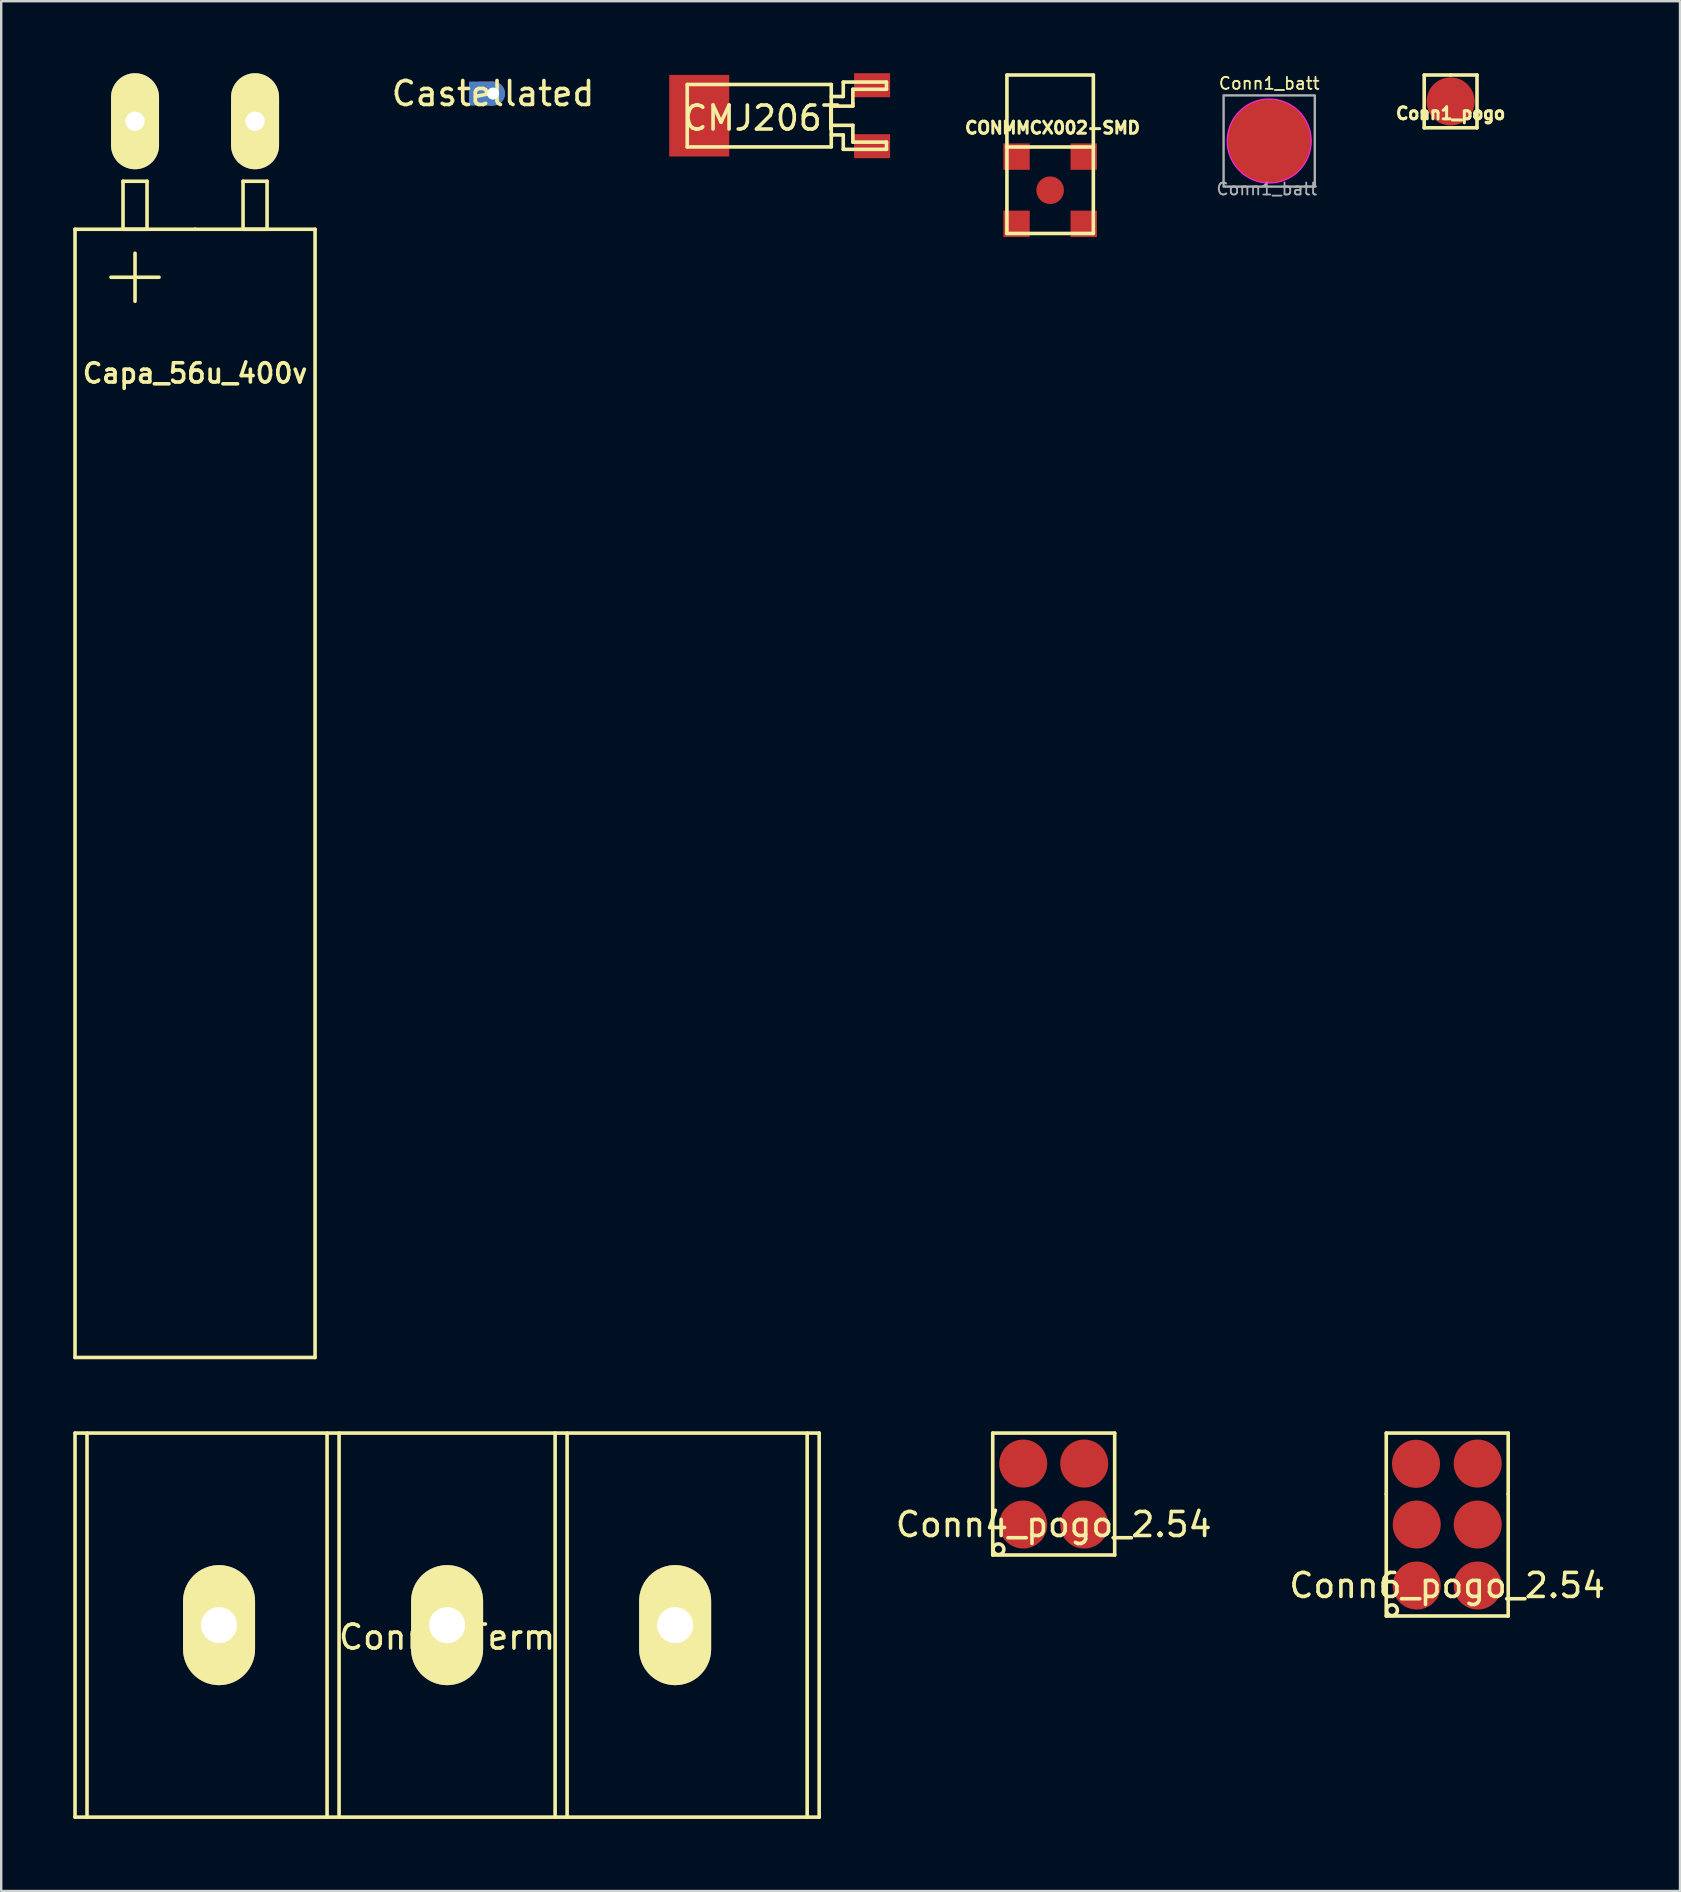
<source format=kicad_pcb>
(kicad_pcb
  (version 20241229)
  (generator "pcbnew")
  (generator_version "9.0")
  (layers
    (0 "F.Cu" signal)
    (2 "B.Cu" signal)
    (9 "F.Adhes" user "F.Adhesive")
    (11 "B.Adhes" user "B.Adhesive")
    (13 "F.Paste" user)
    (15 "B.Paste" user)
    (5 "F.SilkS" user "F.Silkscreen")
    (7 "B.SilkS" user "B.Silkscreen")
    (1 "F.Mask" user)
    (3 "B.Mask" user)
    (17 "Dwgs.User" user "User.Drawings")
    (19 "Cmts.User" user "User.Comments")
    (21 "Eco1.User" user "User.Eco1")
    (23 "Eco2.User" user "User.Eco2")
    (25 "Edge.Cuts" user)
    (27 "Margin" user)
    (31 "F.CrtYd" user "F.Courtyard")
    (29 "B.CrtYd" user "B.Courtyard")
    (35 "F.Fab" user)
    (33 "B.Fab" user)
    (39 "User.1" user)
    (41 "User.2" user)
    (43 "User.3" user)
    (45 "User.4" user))
  (footprint "Conn4_pogo_2.54"
    (layer "F.Cu")
    (at 40.846 59.19)
    (property "Reference" "Conn4_pogo_2.54" (at 0 1.27 0) (layer "F.SilkS") (effects (font (size 1 1) (thickness 0.15))))
    (attr through_hole)
    (fp_line (start -2.54 -2.54) (end -2.54 2.54) (stroke (width 0.15) (type solid)) (layer "F.SilkS"))
    (fp_line (start -2.54 2.54) (end 2.54 2.54) (stroke (width 0.15) (type solid)) (layer "F.SilkS"))
    (fp_line (start 2.54 -2.54) (end -2.54 -2.54) (stroke (width 0.15) (type solid)) (layer "F.SilkS"))
    (fp_line (start 2.54 2.54) (end 2.54 -2.54) (stroke (width 0.15) (type solid)) (layer "F.SilkS"))
    (fp_circle (center -2.3 2.3) (end -2.2 2.5) (stroke (width 0.15) (type solid)) (fill no) (layer "F.SilkS"))
    (pad "1" smd circle (at -1.27 1.27) (size 2 2) (layers "F.Cu" "F.Mask"))
    (pad "2" smd circle (at 1.27 1.27) (size 2 2) (layers "F.Cu" "F.Mask"))
    (pad "3" smd circle (at 1.27 -1.27) (size 2 2) (layers "F.Cu" "F.Mask"))
    (pad "4" smd circle (at -1.27 -1.27) (size 2 2) (layers "F.Cu" "F.Mask")))
  (footprint "Conn1_pogo"
    (layer "F.Cu")
    (at 57.38 1.175)
    (property "Reference" "Conn1_pogo" (at 0 0.5 0) (layer "F.SilkS") (effects (font (size 0.5 0.5) (thickness 0.125))))
    (attr through_hole)
    (fp_line (start -1.1 -1.1) (end -1.1 1.1) (stroke (width 0.15) (type solid)) (layer "F.SilkS"))
    (fp_line (start -1.1 1.1) (end 1.1 1.1) (stroke (width 0.15) (type solid)) (layer "F.SilkS"))
    (fp_line (start 0 -1.1) (end -1.1 -1.1) (stroke (width 0.15) (type solid)) (layer "F.SilkS"))
    (fp_line (start 1.1 -1.1) (end 0 -1.1) (stroke (width 0.15) (type solid)) (layer "F.SilkS"))
    (fp_line (start 1.1 1.1) (end 1.1 -1.1) (stroke (width 0.15) (type solid)) (layer "F.SilkS"))
    (pad "1" smd circle (at 0 0) (size 2 2) (layers "F.Cu" "F.Mask")))
  (footprint "CMJ206T"
    (layer "F.Cu")
    (at 27.679 1.77)
    (property "Reference" "CMJ206T" (at 1 0.1 0) (layer "F.SilkS") (effects (font (size 1 1) (thickness 0.15))))
    (attr through_hole)
    (fp_line (start -2.1 -1.3) (end -2.1 1.3) (stroke (width 0.15) (type solid)) (layer "F.SilkS"))
    (fp_line (start -2.1 1.3) (end 3.9 1.3) (stroke (width 0.15) (type solid)) (layer "F.SilkS"))
    (fp_line (start 3.9 -1.3) (end -2.1 -1.3) (stroke (width 0.15) (type solid)) (layer "F.SilkS"))
    (fp_line (start 3.9 -0.8) (end 4.4 -0.8) (stroke (width 0.15) (type solid)) (layer "F.SilkS"))
    (fp_line (start 3.9 0.4) (end 4.8 0.4) (stroke (width 0.15) (type solid)) (layer "F.SilkS"))
    (fp_line (start 3.9 1.3) (end 3.9 -1.3) (stroke (width 0.15) (type solid)) (layer "F.SilkS"))
    (fp_line (start 4.4 -1.4) (end 6.2 -1.4) (stroke (width 0.15) (type solid)) (layer "F.SilkS"))
    (fp_line (start 4.4 -0.8) (end 4.4 -1.4) (stroke (width 0.15) (type solid)) (layer "F.SilkS"))
    (fp_line (start 4.4 0.8) (end 3.9 0.8) (stroke (width 0.15) (type solid)) (layer "F.SilkS"))
    (fp_line (start 4.4 1.4) (end 4.4 0.8) (stroke (width 0.15) (type solid)) (layer "F.SilkS"))
    (fp_line (start 4.8 -1.1) (end 4.8 -0.5) (stroke (width 0.15) (type solid)) (layer "F.SilkS"))
    (fp_line (start 4.8 -0.5) (end 4.8 -0.4) (stroke (width 0.15) (type solid)) (layer "F.SilkS"))
    (fp_line (start 4.8 -0.4) (end 3.9 -0.4) (stroke (width 0.15) (type solid)) (layer "F.SilkS"))
    (fp_line (start 4.8 0.4) (end 4.8 1.1) (stroke (width 0.15) (type solid)) (layer "F.SilkS"))
    (fp_line (start 4.8 1.1) (end 6.2 1.1) (stroke (width 0.15) (type solid)) (layer "F.SilkS"))
    (fp_line (start 6.2 -1.4) (end 6.2 -1.1) (stroke (width 0.15) (type solid)) (layer "F.SilkS"))
    (fp_line (start 6.2 -1.1) (end 4.8 -1.1) (stroke (width 0.15) (type solid)) (layer "F.SilkS"))
    (fp_line (start 6.2 1.1) (end 6.2 1.4) (stroke (width 0.15) (type solid)) (layer "F.SilkS"))
    (fp_line (start 6.2 1.4) (end 4.4 1.4) (stroke (width 0.15) (type solid)) (layer "F.SilkS"))
    (pad "1" smd rect (at 5.6 1.27) (size 1.5 1) (layers "F.Cu" "F.Mask" "F.Paste"))
    (pad "2" smd rect (at 5.6 -1.27) (size 1.5 1) (layers "F.Cu" "F.Mask" "F.Paste"))
    (pad "3" smd rect (at -1.6 0) (size 2.5 3.4) (layers "F.Cu" "F.Mask" "F.Paste")))
  (footprint "CONMMCX002-SMD"
    (layer "F.Cu")
    (at 40.697 4.875)
    (property "Reference" "CONMMCX002-SMD" (at 0.1 -2.6 0) (layer "F.SilkS") (effects (font (size 0.5 0.5) (thickness 0.125))))
    (attr through_hole)
    (fp_line (start -1.8 -4.8) (end -1.8 -1.8) (stroke (width 0.15) (type solid)) (layer "F.SilkS"))
    (fp_line (start -1.8 -1.8) (end 1.8 -1.8) (stroke (width 0.15) (type solid)) (layer "F.SilkS"))
    (fp_line (start -1.8 1.8) (end -1.8 -1.8) (stroke (width 0.15) (type solid)) (layer "F.SilkS"))
    (fp_line (start 1.8 -4.8) (end -1.8 -4.8) (stroke (width 0.15) (type solid)) (layer "F.SilkS"))
    (fp_line (start 1.8 -1.8) (end 1.8 -4.8) (stroke (width 0.15) (type solid)) (layer "F.SilkS"))
    (fp_line (start 1.8 -1.8) (end 1.8 1.8) (stroke (width 0.15) (type solid)) (layer "F.SilkS"))
    (fp_line (start 1.8 1.8) (end -1.8 1.8) (stroke (width 0.15) (type solid)) (layer "F.SilkS"))
    (pad "1" smd circle (at 0 0) (size 1.15 1.15) (layers "F.Cu" "F.Mask" "F.Paste"))
    (pad "2" smd rect (at -1.4 -1.4) (size 1.1 1.1) (layers "F.Cu" "F.Mask" "F.Paste"))
    (pad "2" smd rect (at 1.4 -1.4) (size 1.1 1.1) (layers "F.Cu" "F.Mask" "F.Paste"))
    (pad "3" smd rect (at -1.4 1.4) (size 1.1 1.1) (layers "F.Cu" "F.Mask" "F.Paste"))
    (pad "3" smd rect (at 1.4 1.4) (size 1.1 1.1) (layers "F.Cu" "F.Mask" "F.Paste")))
  (footprint "Castellated"
    (layer "F.Cu")
    (at 17.489 0.848)
    (property "Reference" "Castellated" (at 0 0 0) (layer "F.SilkS") (effects (font (size 1 1) (thickness 0.15))))
    (attr through_hole)
    (pad "1" smd rect (at -0.5 0) (size 1 1) (layers "B.Cu" "B.Mask"))
    (pad "1" smd rect (at -0.3 0) (size 0.6 1) (layers "F.Cu" "F.Mask"))
    (pad "1" thru_hole circle (at 0 0) (size 1 1) (drill 0.5) (layers "*.Cu" "*.Mask")))
  (footprint "Conn1_batt"
    (layer "F.Cu")
    (at 49.823 2.824)
    (property "Reference" "Conn1_batt" (at 0 -2.4 0) (layer "F.SilkS") (effects (font (size 0.5 0.5) (thickness 0.075))))
    (attr through_hole)
    (fp_circle (center 0 0) (end 1.75 0) (stroke (width 0.05) (type solid)) (fill no) (layer "F.CrtYd"))
    (fp_rect (start -1.9 -1.9) (end 1.9 1.9) (stroke (width 0.1) (type solid)) (fill no) (layer "F.Fab"))
    (fp_text user "${REFERENCE}" (at -0.1 2 0) (layer "F.Fab") (effects (font (size 0.5 0.5) (thickness 0.075))))
    (pad "1" smd circle (at 0 0) (size 3.5 3.5) (layers "F.Cu" "F.Mask")))
  (footprint "Conn6_pogo_2.54"
    (layer "F.Cu")
    (at 57.239 61.73)
    (property "Reference" "Conn6_pogo_2.54" (at 0 1.27 0) (layer "F.SilkS") (effects (font (size 1 1) (thickness 0.15))))
    (attr through_hole)
    (fp_line (start -2.54 -5.08) (end -2.54 -2.54) (stroke (width 0.15) (type solid)) (layer "F.SilkS"))
    (fp_line (start -2.54 -2.54) (end -2.54 2.54) (stroke (width 0.15) (type solid)) (layer "F.SilkS"))
    (fp_line (start -2.54 2.54) (end 2.54 2.54) (stroke (width 0.15) (type solid)) (layer "F.SilkS"))
    (fp_line (start 2.54 -5.08) (end -2.54 -5.08) (stroke (width 0.15) (type solid)) (layer "F.SilkS"))
    (fp_line (start 2.54 -2.54) (end 2.54 -5.08) (stroke (width 0.15) (type solid)) (layer "F.SilkS"))
    (fp_line (start 2.54 2.54) (end 2.54 -2.54) (stroke (width 0.15) (type solid)) (layer "F.SilkS"))
    (fp_circle (center -2.3 2.3) (end -2.2 2.5) (stroke (width 0.15) (type solid)) (fill no) (layer "F.SilkS"))
    (pad "1" smd circle (at -1.27 1.27) (size 2 2) (layers "F.Cu" "F.Mask"))
    (pad "2" smd circle (at 1.27 1.27) (size 2 2) (layers "F.Cu" "F.Mask"))
    (pad "3" smd circle (at 1.27 -1.27) (size 2 2) (layers "F.Cu" "F.Mask"))
    (pad "4" smd circle (at -1.27 -1.27) (size 2 2) (layers "F.Cu" "F.Mask"))
    (pad "5" smd circle (at 1.27 -3.81) (size 2 2) (layers "F.Cu" "F.Mask"))
    (pad "6" smd circle (at -1.3 -3.8) (size 2 2) (layers "F.Cu" "F.Mask")))
  (footprint "Conn3_Term"
    (layer "F.Cu")
    (at 15.575 64.65)
    (property "Reference" "Conn3_Term" (at 0 0.5 0) (layer "F.SilkS") (effects (font (size 1 1) (thickness 0.15))))
    (attr through_hole)
    (fp_line (start -15.5 -8) (end -15.5 8) (stroke (width 0.15) (type solid)) (layer "F.SilkS"))
    (fp_line (start -15.5 8) (end 15.5 8) (stroke (width 0.15) (type solid)) (layer "F.SilkS"))
    (fp_line (start -15 -8) (end -15 8) (stroke (width 0.15) (type solid)) (layer "F.SilkS"))
    (fp_line (start -5 -8) (end -5 8) (stroke (width 0.15) (type solid)) (layer "F.SilkS"))
    (fp_line (start -4.5 -8) (end -4.5 8) (stroke (width 0.15) (type solid)) (layer "F.SilkS"))
    (fp_line (start 4.5 8) (end 4.5 -8) (stroke (width 0.15) (type solid)) (layer "F.SilkS"))
    (fp_line (start 5 8) (end 5 -8) (stroke (width 0.15) (type solid)) (layer "F.SilkS"))
    (fp_line (start 15 -8) (end 15 8) (stroke (width 0.15) (type solid)) (layer "F.SilkS"))
    (fp_line (start 15.5 -8) (end -15.5 -8) (stroke (width 0.15) (type solid)) (layer "F.SilkS"))
    (fp_line (start 15.5 8) (end 15.5 -8) (stroke (width 0.15) (type solid)) (layer "F.SilkS"))
    (pad "1" thru_hole oval (at -9.5 0) (size 3 5) (drill 1.5) (layers "*.Cu" "*.Mask" "F.SilkS"))
    (pad "2" thru_hole oval (at 0 0) (size 3 5) (drill 1.5) (layers "*.Cu" "*.Mask" "F.SilkS"))
    (pad "3" thru_hole oval (at 9.5 0) (size 3 5) (drill 1.5) (layers "*.Cu" "*.Mask" "F.SilkS")))
  (footprint "Capa_56u_400v"
    (layer "F.Cu")
    (at 5.075 4.5)
    (property "Reference" "Capa_56u_400v" (at 0 8 0) (layer "F.SilkS") (effects (font (size 0.8 0.8) (thickness 0.15))))
    (attr through_hole)
    (fp_line (start -5 2) (end -5 49) (stroke (width 0.15) (type solid)) (layer "F.SilkS"))
    (fp_line (start -5 49) (end 5 49) (stroke (width 0.15) (type solid)) (layer "F.SilkS"))
    (fp_line (start -3 0) (end -2 0) (stroke (width 0.15) (type solid)) (layer "F.SilkS"))
    (fp_line (start -3 2) (end -3 0) (stroke (width 0.15) (type solid)) (layer "F.SilkS"))
    (fp_line (start -2.5 3) (end -2.5 4) (stroke (width 0.15) (type solid)) (layer "F.SilkS"))
    (fp_line (start -2.5 4) (end -3.5 4) (stroke (width 0.15) (type solid)) (layer "F.SilkS"))
    (fp_line (start -2.5 4) (end -2.5 5) (stroke (width 0.15) (type solid)) (layer "F.SilkS"))
    (fp_line (start -2 0) (end -2 2) (stroke (width 0.15) (type solid)) (layer "F.SilkS"))
    (fp_line (start -2 2) (end -3 2) (stroke (width 0.15) (type solid)) (layer "F.SilkS"))
    (fp_line (start -1.5 4) (end -2.5 4) (stroke (width 0.15) (type solid)) (layer "F.SilkS"))
    (fp_line (start 0 2) (end -5 2) (stroke (width 0.15) (type solid)) (layer "F.SilkS"))
    (fp_line (start 2 0) (end 2 2) (stroke (width 0.15) (type solid)) (layer "F.SilkS"))
    (fp_line (start 2 2) (end 3 2) (stroke (width 0.15) (type solid)) (layer "F.SilkS"))
    (fp_line (start 3 0) (end 2 0) (stroke (width 0.15) (type solid)) (layer "F.SilkS"))
    (fp_line (start 3 2) (end 3 0) (stroke (width 0.15) (type solid)) (layer "F.SilkS"))
    (fp_line (start 5 2) (end 0 2) (stroke (width 0.15) (type solid)) (layer "F.SilkS"))
    (fp_line (start 5 49) (end 5 2) (stroke (width 0.15) (type solid)) (layer "F.SilkS"))
    (pad "1" thru_hole oval (at -2.5 -2.5) (size 2 4) (drill 0.8) (layers "*.Cu" "*.Mask" "F.SilkS"))
    (pad "2" thru_hole oval (at 2.5 -2.5) (size 2 4) (drill 0.8) (layers "*.Cu" "*.Mask" "F.SilkS")))
  (gr_rect
    (start -3 -3)
    (end 66.936 75.725)
    (stroke (width 0.1) (type default))
    (fill no)
    (layer "Edge.Cuts")))
</source>
